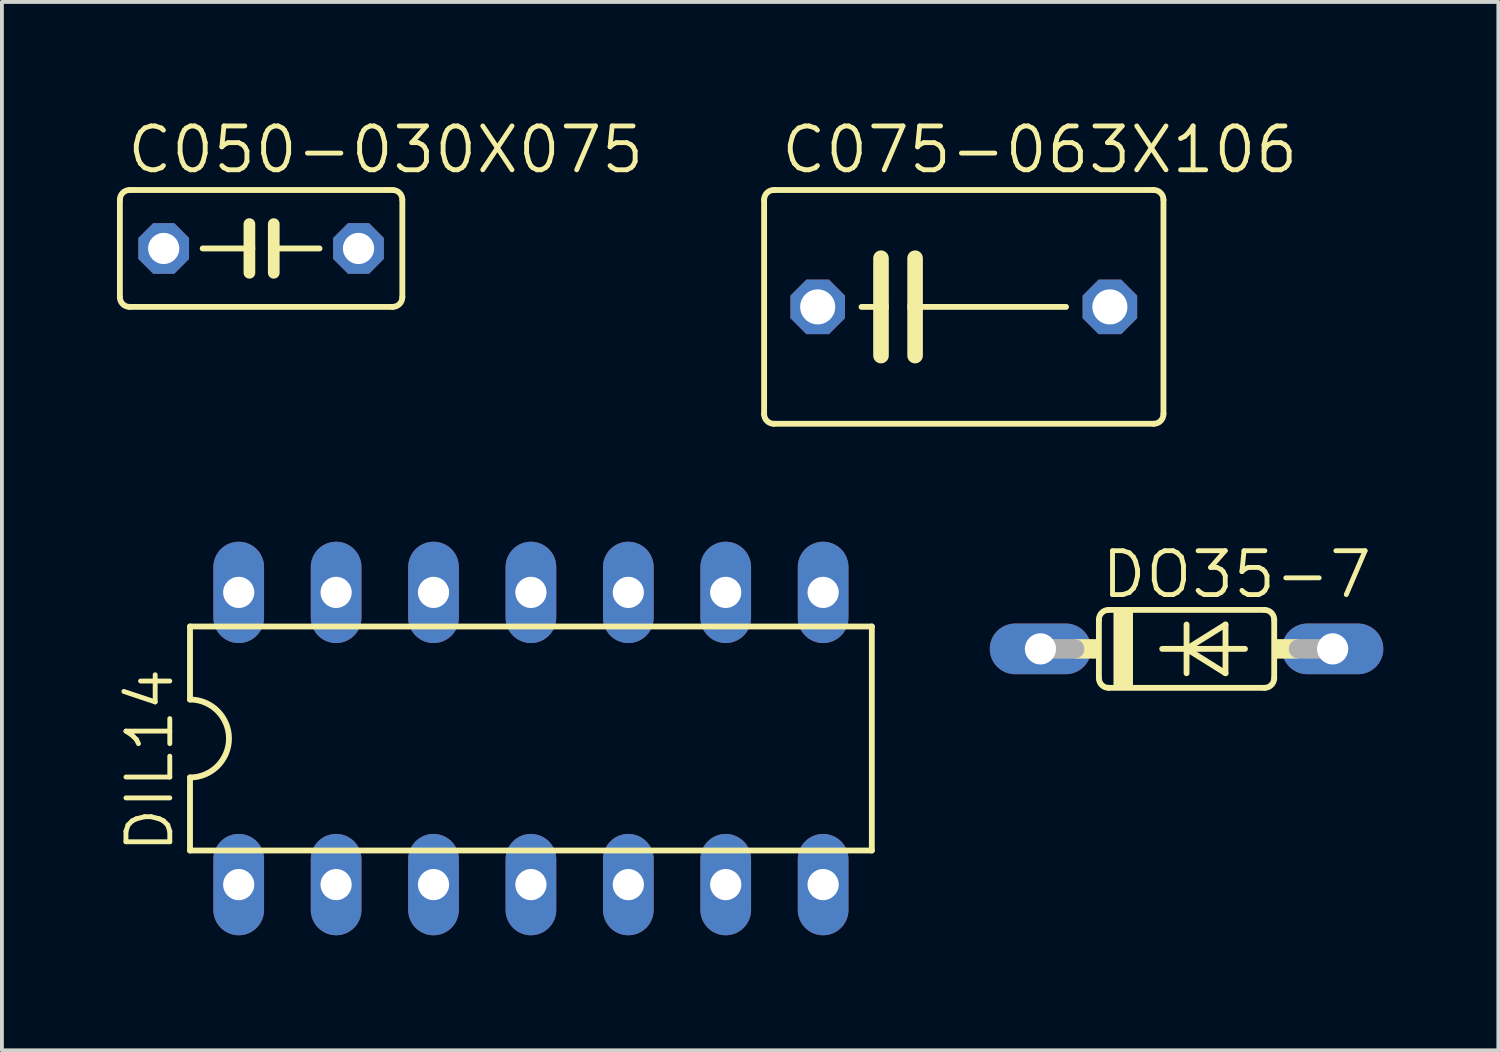
<source format=kicad_pcb>
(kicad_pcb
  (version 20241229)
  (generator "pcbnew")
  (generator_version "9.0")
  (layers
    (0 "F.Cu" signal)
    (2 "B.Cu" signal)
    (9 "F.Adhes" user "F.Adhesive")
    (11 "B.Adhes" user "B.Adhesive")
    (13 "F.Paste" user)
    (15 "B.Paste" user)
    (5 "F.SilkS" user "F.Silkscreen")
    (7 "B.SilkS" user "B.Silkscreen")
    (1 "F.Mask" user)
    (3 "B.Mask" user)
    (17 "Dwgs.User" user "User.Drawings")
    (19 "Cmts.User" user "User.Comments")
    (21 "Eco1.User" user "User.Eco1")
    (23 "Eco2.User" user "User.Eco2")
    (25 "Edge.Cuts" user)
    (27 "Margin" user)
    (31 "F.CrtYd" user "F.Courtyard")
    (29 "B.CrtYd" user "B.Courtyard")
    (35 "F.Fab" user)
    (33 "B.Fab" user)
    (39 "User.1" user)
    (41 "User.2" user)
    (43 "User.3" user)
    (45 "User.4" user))
  (footprint "C050-030X075"
    (layer "F.Cu")
    (at 3.759 3.429)
    (property "Reference" "C050-030X075" (at -3.556 -1.905 0) (layer "F.SilkS") (effects (font (size 1.143 1.143) (thickness 0.127)) (justify left bottom)))
    (fp_line (start -3.683 -1.27) (end -3.683 1.27) (stroke (width 0.152) (type solid)) (layer "F.SilkS"))
    (fp_line (start -3.429 1.524) (end 3.429 1.524) (stroke (width 0.152) (type solid)) (layer "F.SilkS"))
    (fp_line (start -0.305 -0.635) (end -0.305 0) (stroke (width 0.305) (type solid)) (layer "F.SilkS"))
    (fp_line (start -0.305 0) (end -1.524 0) (stroke (width 0.152) (type solid)) (layer "F.SilkS"))
    (fp_line (start -0.305 0) (end -0.305 0.635) (stroke (width 0.305) (type solid)) (layer "F.SilkS"))
    (fp_line (start 0.33 -0.635) (end 0.33 0) (stroke (width 0.305) (type solid)) (layer "F.SilkS"))
    (fp_line (start 0.33 0) (end 0.33 0.635) (stroke (width 0.305) (type solid)) (layer "F.SilkS"))
    (fp_line (start 0.33 0) (end 1.524 0) (stroke (width 0.152) (type solid)) (layer "F.SilkS"))
    (fp_line (start 3.429 -1.524) (end -3.429 -1.524) (stroke (width 0.152) (type solid)) (layer "F.SilkS"))
    (fp_line (start 3.683 1.27) (end 3.683 -1.27) (stroke (width 0.152) (type solid)) (layer "F.SilkS"))
    (fp_arc (start -3.683 -1.27) (mid -3.608605 -1.449605) (end -3.429 -1.524) (stroke (width 0.1524) (type solid)) (layer "F.SilkS"))
    (fp_arc (start -3.429 1.524) (mid -3.608605 1.449605) (end -3.683 1.27) (stroke (width 0.1524) (type solid)) (layer "F.SilkS"))
    (fp_arc (start 3.429 -1.524) (mid 3.608605 -1.449605) (end 3.683 -1.27) (stroke (width 0.1524) (type solid)) (layer "F.SilkS"))
    (fp_arc (start 3.683 1.27) (mid 3.608605 1.449605) (end 3.429 1.524) (stroke (width 0.1524) (type solid)) (layer "F.SilkS"))
    (pad "1" thru_hole roundrect (at -2.54 0) (size 1.321 1.321) (drill 0.813) (layers "*.Cu" "*.Mask") (roundrect_rratio 0.25) (chamfer_ratio 0.293) (chamfer top_left top_right bottom_left bottom_right))
    (pad "2" thru_hole roundrect (at 2.54 0) (size 1.321 1.321) (drill 0.813) (layers "*.Cu" "*.Mask") (roundrect_rratio 0.25) (chamfer_ratio 0.293) (chamfer top_left top_right bottom_left bottom_right)))
  (footprint "C075-063X106"
    (layer "F.Cu")
    (at 22.083 4.953)
    (property "Reference" "C075-063X106" (at -4.826 -3.429 0) (layer "F.SilkS") (effects (font (size 1.143 1.143) (thickness 0.127)) (justify left bottom)))
    (fp_line (start -5.207 -2.794) (end -5.207 2.794) (stroke (width 0.152) (type solid)) (layer "F.SilkS"))
    (fp_line (start -4.953 3.048) (end 4.953 3.048) (stroke (width 0.152) (type solid)) (layer "F.SilkS"))
    (fp_line (start -2.667 0) (end -2.159 0) (stroke (width 0.152) (type solid)) (layer "F.SilkS"))
    (fp_line (start -2.159 -1.27) (end -2.159 0) (stroke (width 0.406) (type solid)) (layer "F.SilkS"))
    (fp_line (start -2.159 0) (end -2.159 1.27) (stroke (width 0.406) (type solid)) (layer "F.SilkS"))
    (fp_line (start -1.27 -1.27) (end -1.27 0) (stroke (width 0.406) (type solid)) (layer "F.SilkS"))
    (fp_line (start -1.27 0) (end -1.27 1.27) (stroke (width 0.406) (type solid)) (layer "F.SilkS"))
    (fp_line (start -1.27 0) (end 2.667 0) (stroke (width 0.152) (type solid)) (layer "F.SilkS"))
    (fp_line (start 4.953 -3.048) (end -4.953 -3.048) (stroke (width 0.152) (type solid)) (layer "F.SilkS"))
    (fp_line (start 5.207 2.794) (end 5.207 -2.794) (stroke (width 0.152) (type solid)) (layer "F.SilkS"))
    (fp_arc (start -5.207 -2.794) (mid -5.132605 -2.973605) (end -4.953 -3.048) (stroke (width 0.1524) (type solid)) (layer "F.SilkS"))
    (fp_arc (start -4.953 3.048) (mid -5.132605 2.973605) (end -5.207 2.794) (stroke (width 0.1524) (type solid)) (layer "F.SilkS"))
    (fp_arc (start 4.953 -3.048) (mid 5.132605 -2.973605) (end 5.207 -2.794) (stroke (width 0.1524) (type solid)) (layer "F.SilkS"))
    (fp_arc (start 5.207 2.794) (mid 5.132605 2.973605) (end 4.953 3.048) (stroke (width 0.1524) (type solid)) (layer "F.SilkS"))
    (pad "1" thru_hole roundrect (at -3.81 0) (size 1.422 1.422) (drill 0.914) (layers "*.Cu" "*.Mask") (roundrect_rratio 0.25) (chamfer_ratio 0.293) (chamfer top_left top_right bottom_left bottom_right))
    (pad "2" thru_hole roundrect (at 3.81 0) (size 1.422 1.422) (drill 0.914) (layers "*.Cu" "*.Mask") (roundrect_rratio 0.25) (chamfer_ratio 0.293) (chamfer top_left top_right bottom_left bottom_right)))
  (footprint "DO35-7"
    (layer "F.Cu")
    (at 27.892 13.871)
    (property "Reference" "DO35-7" (at -2.286 -1.27 0) (layer "F.SilkS") (effects (font (size 1.143 1.143) (thickness 0.127)) (justify left bottom)))
    (fp_line (start -2.286 -0.762) (end -2.286 0.762) (stroke (width 0.152) (type solid)) (layer "F.SilkS"))
    (fp_line (start -2.032 -1.016) (end 2.032 -1.016) (stroke (width 0.152) (type solid)) (layer "F.SilkS"))
    (fp_line (start -2.032 1.016) (end 2.032 1.016) (stroke (width 0.152) (type solid)) (layer "F.SilkS"))
    (fp_line (start -0.635 0) (end 0 0) (stroke (width 0.152) (type solid)) (layer "F.SilkS"))
    (fp_line (start 0 -0.635) (end 0 0) (stroke (width 0.152) (type solid)) (layer "F.SilkS"))
    (fp_line (start 0 0) (end 0 0.635) (stroke (width 0.152) (type solid)) (layer "F.SilkS"))
    (fp_line (start 0 0) (end 1.016 -0.635) (stroke (width 0.152) (type solid)) (layer "F.SilkS"))
    (fp_line (start 0 0) (end 1.524 0) (stroke (width 0.152) (type solid)) (layer "F.SilkS"))
    (fp_line (start 1.016 -0.635) (end 1.016 0.635) (stroke (width 0.152) (type solid)) (layer "F.SilkS"))
    (fp_line (start 1.016 0.635) (end 0 0) (stroke (width 0.152) (type solid)) (layer "F.SilkS"))
    (fp_line (start 2.286 -0.762) (end 2.286 0.762) (stroke (width 0.152) (type solid)) (layer "F.SilkS"))
    (fp_arc (start -2.286 -0.762) (mid -2.211605 -0.941605) (end -2.032 -1.016) (stroke (width 0.1524) (type solid)) (layer "F.SilkS"))
    (fp_arc (start -2.032 1.016) (mid -2.211605 0.941605) (end -2.286 0.762) (stroke (width 0.1524) (type solid)) (layer "F.SilkS"))
    (fp_arc (start 2.032 -1.016) (mid 2.211605 -0.941605) (end 2.286 -0.762) (stroke (width 0.1524) (type solid)) (layer "F.SilkS"))
    (fp_arc (start 2.286 0.762) (mid 2.211605 0.941605) (end 2.032 1.016) (stroke (width 0.1524) (type solid)) (layer "F.SilkS"))
    (fp_poly (pts (xy -2.921 0.254) (xy -2.286 0.254) (xy -2.286 -0.254) (xy -2.921 -0.254)) (stroke (width 0) (type solid)) (fill yes) (layer "F.SilkS"))
    (fp_poly (pts (xy -1.905 1.016) (xy -1.397 1.016) (xy -1.397 -1.016) (xy -1.905 -1.016)) (stroke (width 0) (type solid)) (fill yes) (layer "F.SilkS"))
    (fp_poly (pts (xy 2.286 0.254) (xy 2.921 0.254) (xy 2.921 -0.254) (xy 2.286 -0.254)) (stroke (width 0) (type solid)) (fill yes) (layer "F.SilkS"))
    (fp_line (start -3.81 0) (end -2.921 0) (stroke (width 0.508) (type solid)) (layer "F.Fab"))
    (fp_line (start 3.81 0) (end 2.921 0) (stroke (width 0.508) (type solid)) (layer "F.Fab"))
    (pad "A" thru_hole oval (at 3.81 0) (size 2.642 1.321) (drill 0.813) (layers "*.Cu" "*.Mask"))
    (pad "C" thru_hole oval (at -3.81 0) (size 2.642 1.321) (drill 0.813) (layers "*.Cu" "*.Mask")))
  (footprint "DIL14"
    (layer "F.Cu")
    (at 10.795 16.208)
    (property "Reference" "DIL14" (at -9.271 3.048 90) (layer "F.SilkS") (effects (font (size 1.143 1.143) (thickness 0.127)) (justify left bottom)))
    (fp_line (start -8.89 -2.921) (end -8.89 -1.016) (stroke (width 0.152) (type solid)) (layer "F.SilkS"))
    (fp_line (start -8.89 2.921) (end -8.89 1.016) (stroke (width 0.152) (type solid)) (layer "F.SilkS"))
    (fp_line (start -8.89 2.921) (end 8.89 2.921) (stroke (width 0.152) (type solid)) (layer "F.SilkS"))
    (fp_line (start 8.89 -2.921) (end -8.89 -2.921) (stroke (width 0.152) (type solid)) (layer "F.SilkS"))
    (fp_line (start 8.89 -2.921) (end 8.89 2.921) (stroke (width 0.152) (type solid)) (layer "F.SilkS"))
    (fp_arc (start -8.89 -1.016) (mid -7.874 0) (end -8.89 1.016) (stroke (width 0.1524) (type solid)) (layer "F.SilkS"))
    (pad "1" thru_hole oval (at -7.62 3.81 90) (size 2.642 1.321) (drill 0.813) (layers "*.Cu" "*.Mask"))
    (pad "2" thru_hole oval (at -5.08 3.81 90) (size 2.642 1.321) (drill 0.813) (layers "*.Cu" "*.Mask"))
    (pad "3" thru_hole oval (at -2.54 3.81 90) (size 2.642 1.321) (drill 0.813) (layers "*.Cu" "*.Mask"))
    (pad "4" thru_hole oval (at 0 3.81 90) (size 2.642 1.321) (drill 0.813) (layers "*.Cu" "*.Mask"))
    (pad "5" thru_hole oval (at 2.54 3.81 90) (size 2.642 1.321) (drill 0.813) (layers "*.Cu" "*.Mask"))
    (pad "6" thru_hole oval (at 5.08 3.81 90) (size 2.642 1.321) (drill 0.813) (layers "*.Cu" "*.Mask"))
    (pad "7" thru_hole oval (at 7.62 3.81 90) (size 2.642 1.321) (drill 0.813) (layers "*.Cu" "*.Mask"))
    (pad "8" thru_hole oval (at 7.62 -3.81 90) (size 2.642 1.321) (drill 0.813) (layers "*.Cu" "*.Mask"))
    (pad "9" thru_hole oval (at 5.08 -3.81 90) (size 2.642 1.321) (drill 0.813) (layers "*.Cu" "*.Mask"))
    (pad "10" thru_hole oval (at 2.54 -3.81 90) (size 2.642 1.321) (drill 0.813) (layers "*.Cu" "*.Mask"))
    (pad "11" thru_hole oval (at 0 -3.81 90) (size 2.642 1.321) (drill 0.813) (layers "*.Cu" "*.Mask"))
    (pad "12" thru_hole oval (at -2.54 -3.81 90) (size 2.642 1.321) (drill 0.813) (layers "*.Cu" "*.Mask"))
    (pad "13" thru_hole oval (at -5.08 -3.81 90) (size 2.642 1.321) (drill 0.813) (layers "*.Cu" "*.Mask"))
    (pad "14" thru_hole oval (at -7.62 -3.81 90) (size 2.642 1.321) (drill 0.813) (layers "*.Cu" "*.Mask")))
  (gr_rect
    (start -3 -3)
    (end 36.023 24.339)
    (stroke (width 0.1) (type default))
    (fill no)
    (layer "Edge.Cuts")))
</source>
